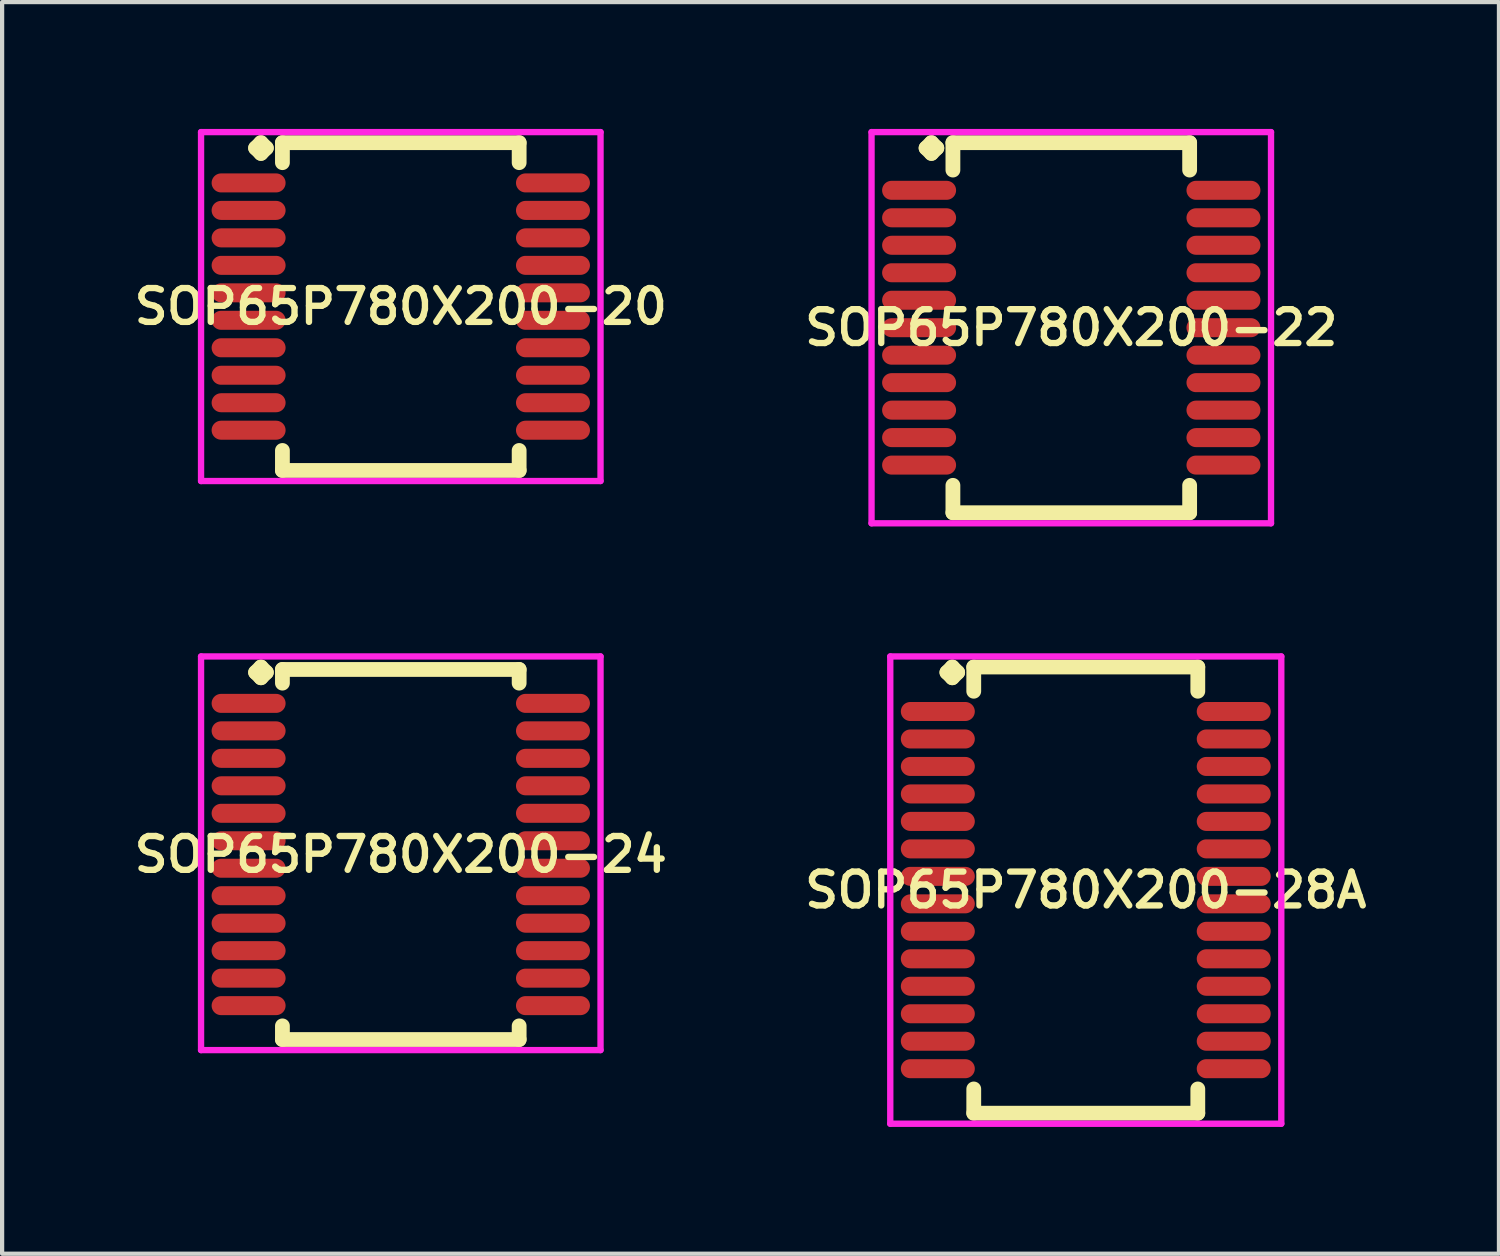
<source format=kicad_pcb>
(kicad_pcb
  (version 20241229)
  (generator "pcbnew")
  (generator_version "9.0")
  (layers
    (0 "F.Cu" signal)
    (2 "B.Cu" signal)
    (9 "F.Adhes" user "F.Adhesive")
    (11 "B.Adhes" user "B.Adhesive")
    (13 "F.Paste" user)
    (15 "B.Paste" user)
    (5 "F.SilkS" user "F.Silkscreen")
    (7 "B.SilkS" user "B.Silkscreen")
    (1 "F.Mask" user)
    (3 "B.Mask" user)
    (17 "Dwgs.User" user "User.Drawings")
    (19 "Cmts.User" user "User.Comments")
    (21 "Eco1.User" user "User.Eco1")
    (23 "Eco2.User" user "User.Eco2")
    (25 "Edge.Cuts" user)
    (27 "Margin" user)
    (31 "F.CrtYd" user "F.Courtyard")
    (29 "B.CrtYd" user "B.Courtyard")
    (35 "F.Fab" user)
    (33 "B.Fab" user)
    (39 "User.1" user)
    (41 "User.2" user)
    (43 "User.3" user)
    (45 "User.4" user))
  (footprint "SOP65P780X200-22"
    (layer "F.Cu")
    (at 22.292 4.702)
    (property "Reference" "SOP65P780X200-22" (at 0 0 0) (layer "F.SilkS") (effects (font (size 0.8 0.8) (thickness 0.15))))
    (attr smd)
    (fp_line (start -3.435 -4.25) (end -3.308 -4.377) (stroke (width 0.35) (type solid)) (layer "F.SilkS"))
    (fp_line (start -3.308 -4.377) (end -3.181 -4.25) (stroke (width 0.35) (type solid)) (layer "F.SilkS"))
    (fp_line (start -3.308 -4.123) (end -3.435 -4.25) (stroke (width 0.35) (type solid)) (layer "F.SilkS"))
    (fp_line (start -3.181 -4.25) (end -3.308 -4.123) (stroke (width 0.35) (type solid)) (layer "F.SilkS"))
    (fp_line (start -2.8 -4.377) (end 2.8 -4.377) (stroke (width 0.35) (type solid)) (layer "F.SilkS"))
    (fp_line (start -2.8 -3.729) (end -2.8 -4.377) (stroke (width 0.35) (type solid)) (layer "F.SilkS"))
    (fp_line (start -2.8 3.729) (end -2.8 4.377) (stroke (width 0.35) (type solid)) (layer "F.SilkS"))
    (fp_line (start -2.8 4.377) (end 2.8 4.377) (stroke (width 0.35) (type solid)) (layer "F.SilkS"))
    (fp_line (start 2.8 -4.377) (end 2.8 -3.729) (stroke (width 0.35) (type solid)) (layer "F.SilkS"))
    (fp_line (start 2.8 4.377) (end 2.8 3.729) (stroke (width 0.35) (type solid)) (layer "F.SilkS"))
    (fp_line (start -4.725 -4.627) (end 4.725 -4.627) (stroke (width 0.15) (type solid)) (layer "F.CrtYd"))
    (fp_line (start -4.725 4.627) (end -4.725 -4.627) (stroke (width 0.15) (type solid)) (layer "F.CrtYd"))
    (fp_line (start 4.725 -4.627) (end 4.725 4.627) (stroke (width 0.15) (type solid)) (layer "F.CrtYd"))
    (fp_line (start 4.725 4.627) (end -4.725 4.627) (stroke (width 0.15) (type solid)) (layer "F.CrtYd"))
    (pad "1" smd oval (at -3.6 -3.25) (size 1.75 0.45) (layers "F.Cu" "F.Mask" "F.Paste"))
    (pad "2" smd oval (at -3.6 -2.6) (size 1.75 0.45) (layers "F.Cu" "F.Mask" "F.Paste"))
    (pad "3" smd oval (at -3.6 -1.95) (size 1.75 0.45) (layers "F.Cu" "F.Mask" "F.Paste"))
    (pad "4" smd oval (at -3.6 -1.3) (size 1.75 0.45) (layers "F.Cu" "F.Mask" "F.Paste"))
    (pad "5" smd oval (at -3.6 -0.65) (size 1.75 0.45) (layers "F.Cu" "F.Mask" "F.Paste"))
    (pad "6" smd oval (at -3.6 0) (size 1.75 0.45) (layers "F.Cu" "F.Mask" "F.Paste"))
    (pad "7" smd oval (at -3.6 0.65) (size 1.75 0.45) (layers "F.Cu" "F.Mask" "F.Paste"))
    (pad "8" smd oval (at -3.6 1.3) (size 1.75 0.45) (layers "F.Cu" "F.Mask" "F.Paste"))
    (pad "9" smd oval (at -3.6 1.95) (size 1.75 0.45) (layers "F.Cu" "F.Mask" "F.Paste"))
    (pad "10" smd oval (at -3.6 2.6) (size 1.75 0.45) (layers "F.Cu" "F.Mask" "F.Paste"))
    (pad "11" smd oval (at -3.6 3.25) (size 1.75 0.45) (layers "F.Cu" "F.Mask" "F.Paste"))
    (pad "12" smd oval (at 3.6 3.25) (size 1.75 0.45) (layers "F.Cu" "F.Mask" "F.Paste"))
    (pad "13" smd oval (at 3.6 2.6) (size 1.75 0.45) (layers "F.Cu" "F.Mask" "F.Paste"))
    (pad "14" smd oval (at 3.6 1.95) (size 1.75 0.45) (layers "F.Cu" "F.Mask" "F.Paste"))
    (pad "15" smd oval (at 3.6 1.3) (size 1.75 0.45) (layers "F.Cu" "F.Mask" "F.Paste"))
    (pad "16" smd oval (at 3.6 0.65) (size 1.75 0.45) (layers "F.Cu" "F.Mask" "F.Paste"))
    (pad "17" smd oval (at 3.6 0) (size 1.75 0.45) (layers "F.Cu" "F.Mask" "F.Paste"))
    (pad "18" smd oval (at 3.6 -0.65) (size 1.75 0.45) (layers "F.Cu" "F.Mask" "F.Paste"))
    (pad "19" smd oval (at 3.6 -1.3) (size 1.75 0.45) (layers "F.Cu" "F.Mask" "F.Paste"))
    (pad "20" smd oval (at 3.6 -1.95) (size 1.75 0.45) (layers "F.Cu" "F.Mask" "F.Paste"))
    (pad "21" smd oval (at 3.6 -2.6) (size 1.75 0.45) (layers "F.Cu" "F.Mask" "F.Paste"))
    (pad "22" smd oval (at 3.6 -3.25) (size 1.75 0.45) (layers "F.Cu" "F.Mask" "F.Paste")))
  (footprint "SOP65P780X200-24"
    (layer "F.Cu")
    (at 6.431 17.164)
    (property "Reference" "SOP65P780X200-24" (at 0 0 0) (layer "F.SilkS") (effects (font (size 0.8 0.8) (thickness 0.15))))
    (attr through_hole)
    (fp_line (start -3.435 -4.308) (end -3.308 -4.435) (stroke (width 0.35) (type solid)) (layer "F.SilkS"))
    (fp_line (start -3.308 -4.435) (end -3.181 -4.308) (stroke (width 0.35) (type solid)) (layer "F.SilkS"))
    (fp_line (start -3.308 -4.181) (end -3.435 -4.308) (stroke (width 0.35) (type solid)) (layer "F.SilkS"))
    (fp_line (start -3.181 -4.308) (end -3.308 -4.181) (stroke (width 0.35) (type solid)) (layer "F.SilkS"))
    (fp_line (start -2.8 -4.377) (end 2.8 -4.377) (stroke (width 0.35) (type solid)) (layer "F.SilkS"))
    (fp_line (start -2.8 -4.054) (end -2.8 -4.377) (stroke (width 0.35) (type solid)) (layer "F.SilkS"))
    (fp_line (start -2.8 4.054) (end -2.8 4.377) (stroke (width 0.35) (type solid)) (layer "F.SilkS"))
    (fp_line (start -2.8 4.377) (end 2.8 4.377) (stroke (width 0.35) (type solid)) (layer "F.SilkS"))
    (fp_line (start 2.8 -4.377) (end 2.8 -4.054) (stroke (width 0.35) (type solid)) (layer "F.SilkS"))
    (fp_line (start 2.8 4.377) (end 2.8 4.054) (stroke (width 0.35) (type solid)) (layer "F.SilkS"))
    (fp_line (start -4.725 -4.685) (end 4.725 -4.685) (stroke (width 0.15) (type solid)) (layer "F.CrtYd"))
    (fp_line (start -4.725 4.627) (end -4.725 -4.685) (stroke (width 0.15) (type solid)) (layer "F.CrtYd"))
    (fp_line (start 4.725 -4.685) (end 4.725 4.627) (stroke (width 0.15) (type solid)) (layer "F.CrtYd"))
    (fp_line (start 4.725 4.627) (end -4.725 4.627) (stroke (width 0.15) (type solid)) (layer "F.CrtYd"))
    (pad "1" smd oval (at -3.6 -3.575) (size 1.75 0.45) (layers "F.Cu" "F.Mask" "F.Paste"))
    (pad "2" smd oval (at -3.6 -2.925) (size 1.75 0.45) (layers "F.Cu" "F.Mask" "F.Paste"))
    (pad "3" smd oval (at -3.6 -2.275) (size 1.75 0.45) (layers "F.Cu" "F.Mask" "F.Paste"))
    (pad "4" smd oval (at -3.6 -1.625) (size 1.75 0.45) (layers "F.Cu" "F.Mask" "F.Paste"))
    (pad "5" smd oval (at -3.6 -0.975) (size 1.75 0.45) (layers "F.Cu" "F.Mask" "F.Paste"))
    (pad "6" smd oval (at -3.6 -0.325) (size 1.75 0.45) (layers "F.Cu" "F.Mask" "F.Paste"))
    (pad "7" smd oval (at -3.6 0.325) (size 1.75 0.45) (layers "F.Cu" "F.Mask" "F.Paste"))
    (pad "8" smd oval (at -3.6 0.975) (size 1.75 0.45) (layers "F.Cu" "F.Mask" "F.Paste"))
    (pad "9" smd oval (at -3.6 1.625) (size 1.75 0.45) (layers "F.Cu" "F.Mask" "F.Paste"))
    (pad "10" smd oval (at -3.6 2.275) (size 1.75 0.45) (layers "F.Cu" "F.Mask" "F.Paste"))
    (pad "11" smd oval (at -3.6 2.925) (size 1.75 0.45) (layers "F.Cu" "F.Mask" "F.Paste"))
    (pad "12" smd oval (at -3.6 3.575) (size 1.75 0.45) (layers "F.Cu" "F.Mask" "F.Paste"))
    (pad "13" smd oval (at 3.6 3.575) (size 1.75 0.45) (layers "F.Cu" "F.Mask" "F.Paste"))
    (pad "14" smd oval (at 3.6 2.925) (size 1.75 0.45) (layers "F.Cu" "F.Mask" "F.Paste"))
    (pad "15" smd oval (at 3.6 2.275) (size 1.75 0.45) (layers "F.Cu" "F.Mask" "F.Paste"))
    (pad "16" smd oval (at 3.6 1.625) (size 1.75 0.45) (layers "F.Cu" "F.Mask" "F.Paste"))
    (pad "17" smd oval (at 3.6 0.975) (size 1.75 0.45) (layers "F.Cu" "F.Mask" "F.Paste"))
    (pad "18" smd oval (at 3.6 0.325) (size 1.75 0.45) (layers "F.Cu" "F.Mask" "F.Paste"))
    (pad "19" smd oval (at 3.6 -0.325) (size 1.75 0.45) (layers "F.Cu" "F.Mask" "F.Paste"))
    (pad "20" smd oval (at 3.6 -0.975) (size 1.75 0.45) (layers "F.Cu" "F.Mask" "F.Paste"))
    (pad "21" smd oval (at 3.6 -1.625) (size 1.75 0.45) (layers "F.Cu" "F.Mask" "F.Paste"))
    (pad "22" smd oval (at 3.6 -2.275) (size 1.75 0.45) (layers "F.Cu" "F.Mask" "F.Paste"))
    (pad "23" smd oval (at 3.6 -2.925) (size 1.75 0.45) (layers "F.Cu" "F.Mask" "F.Paste"))
    (pad "24" smd oval (at 3.6 -3.575) (size 1.75 0.45) (layers "F.Cu" "F.Mask" "F.Paste")))
  (footprint "SOP65P780X200-20"
    (layer "F.Cu")
    (at 6.431 4.202)
    (property "Reference" "SOP65P780X200-20" (at 0 0 0) (layer "F.SilkS") (effects (font (size 0.8 0.8) (thickness 0.15))))
    (attr smd)
    (fp_line (start -3.435 -3.75) (end -3.308 -3.877) (stroke (width 0.35) (type solid)) (layer "F.SilkS"))
    (fp_line (start -3.308 -3.877) (end -3.181 -3.75) (stroke (width 0.35) (type solid)) (layer "F.SilkS"))
    (fp_line (start -3.308 -3.623) (end -3.435 -3.75) (stroke (width 0.35) (type solid)) (layer "F.SilkS"))
    (fp_line (start -3.181 -3.75) (end -3.308 -3.623) (stroke (width 0.35) (type solid)) (layer "F.SilkS"))
    (fp_line (start -2.8 -3.877) (end 2.8 -3.877) (stroke (width 0.35) (type solid)) (layer "F.SilkS"))
    (fp_line (start -2.8 -3.404) (end -2.8 -3.877) (stroke (width 0.35) (type solid)) (layer "F.SilkS"))
    (fp_line (start -2.8 3.404) (end -2.8 3.877) (stroke (width 0.35) (type solid)) (layer "F.SilkS"))
    (fp_line (start -2.8 3.877) (end 2.8 3.877) (stroke (width 0.35) (type solid)) (layer "F.SilkS"))
    (fp_line (start 2.8 -3.877) (end 2.8 -3.404) (stroke (width 0.35) (type solid)) (layer "F.SilkS"))
    (fp_line (start 2.8 3.877) (end 2.8 3.404) (stroke (width 0.35) (type solid)) (layer "F.SilkS"))
    (fp_line (start -4.725 -4.127) (end 4.725 -4.127) (stroke (width 0.15) (type solid)) (layer "F.CrtYd"))
    (fp_line (start -4.725 4.127) (end -4.725 -4.127) (stroke (width 0.15) (type solid)) (layer "F.CrtYd"))
    (fp_line (start 4.725 -4.127) (end 4.725 4.127) (stroke (width 0.15) (type solid)) (layer "F.CrtYd"))
    (fp_line (start 4.725 4.127) (end -4.725 4.127) (stroke (width 0.15) (type solid)) (layer "F.CrtYd"))
    (pad "1" smd oval (at -3.6 -2.925) (size 1.75 0.45) (layers "F.Cu" "F.Mask" "F.Paste"))
    (pad "2" smd oval (at -3.6 -2.275) (size 1.75 0.45) (layers "F.Cu" "F.Mask" "F.Paste"))
    (pad "3" smd oval (at -3.6 -1.625) (size 1.75 0.45) (layers "F.Cu" "F.Mask" "F.Paste"))
    (pad "4" smd oval (at -3.6 -0.975) (size 1.75 0.45) (layers "F.Cu" "F.Mask" "F.Paste"))
    (pad "5" smd oval (at -3.6 -0.325) (size 1.75 0.45) (layers "F.Cu" "F.Mask" "F.Paste"))
    (pad "6" smd oval (at -3.6 0.325) (size 1.75 0.45) (layers "F.Cu" "F.Mask" "F.Paste"))
    (pad "7" smd oval (at -3.6 0.975) (size 1.75 0.45) (layers "F.Cu" "F.Mask" "F.Paste"))
    (pad "8" smd oval (at -3.6 1.625) (size 1.75 0.45) (layers "F.Cu" "F.Mask" "F.Paste"))
    (pad "9" smd oval (at -3.6 2.275) (size 1.75 0.45) (layers "F.Cu" "F.Mask" "F.Paste"))
    (pad "10" smd oval (at -3.6 2.925) (size 1.75 0.45) (layers "F.Cu" "F.Mask" "F.Paste"))
    (pad "11" smd oval (at 3.6 2.925) (size 1.75 0.45) (layers "F.Cu" "F.Mask" "F.Paste"))
    (pad "12" smd oval (at 3.6 2.275) (size 1.75 0.45) (layers "F.Cu" "F.Mask" "F.Paste"))
    (pad "13" smd oval (at 3.6 1.625) (size 1.75 0.45) (layers "F.Cu" "F.Mask" "F.Paste"))
    (pad "14" smd oval (at 3.6 0.975) (size 1.75 0.45) (layers "F.Cu" "F.Mask" "F.Paste"))
    (pad "15" smd oval (at 3.6 0.325) (size 1.75 0.45) (layers "F.Cu" "F.Mask" "F.Paste"))
    (pad "16" smd oval (at 3.6 -0.325) (size 1.75 0.45) (layers "F.Cu" "F.Mask" "F.Paste"))
    (pad "17" smd oval (at 3.6 -0.975) (size 1.75 0.45) (layers "F.Cu" "F.Mask" "F.Paste"))
    (pad "18" smd oval (at 3.6 -1.625) (size 1.75 0.45) (layers "F.Cu" "F.Mask" "F.Paste"))
    (pad "19" smd oval (at 3.6 -2.275) (size 1.75 0.45) (layers "F.Cu" "F.Mask" "F.Paste"))
    (pad "20" smd oval (at 3.6 -2.925) (size 1.75 0.45) (layers "F.Cu" "F.Mask" "F.Paste")))
  (footprint "SOP65P780X200-28A"
    (layer "F.Cu")
    (at 22.635 18.006)
    (property "Reference" "SOP65P780X200-28A" (at 0 0 0) (layer "F.SilkS") (effects (font (size 0.8 0.8) (thickness 0.15))))
    (attr smd)
    (fp_line (start -3.285 -5.15) (end -3.158 -5.277) (stroke (width 0.35) (type solid)) (layer "F.SilkS"))
    (fp_line (start -3.158 -5.277) (end -3.031 -5.15) (stroke (width 0.35) (type solid)) (layer "F.SilkS"))
    (fp_line (start -3.158 -5.023) (end -3.285 -5.15) (stroke (width 0.35) (type solid)) (layer "F.SilkS"))
    (fp_line (start -3.031 -5.15) (end -3.158 -5.023) (stroke (width 0.35) (type solid)) (layer "F.SilkS"))
    (fp_line (start -2.65 -5.277) (end 2.65 -5.277) (stroke (width 0.35) (type solid)) (layer "F.SilkS"))
    (fp_line (start -2.65 -4.704) (end -2.65 -5.277) (stroke (width 0.35) (type solid)) (layer "F.SilkS"))
    (fp_line (start -2.65 4.704) (end -2.65 5.277) (stroke (width 0.35) (type solid)) (layer "F.SilkS"))
    (fp_line (start -2.65 5.277) (end 2.65 5.277) (stroke (width 0.35) (type solid)) (layer "F.SilkS"))
    (fp_line (start 2.65 -5.277) (end 2.65 -4.704) (stroke (width 0.35) (type solid)) (layer "F.SilkS"))
    (fp_line (start 2.65 5.277) (end 2.65 4.704) (stroke (width 0.35) (type solid)) (layer "F.SilkS"))
    (fp_line (start -4.625 -5.527) (end 4.625 -5.527) (stroke (width 0.15) (type solid)) (layer "F.CrtYd"))
    (fp_line (start -4.625 5.527) (end -4.625 -5.527) (stroke (width 0.15) (type solid)) (layer "F.CrtYd"))
    (fp_line (start 4.625 -5.527) (end 4.625 5.527) (stroke (width 0.15) (type solid)) (layer "F.CrtYd"))
    (fp_line (start 4.625 5.527) (end -4.625 5.527) (stroke (width 0.15) (type solid)) (layer "F.CrtYd"))
    (pad "1" smd oval (at -3.5 -4.225) (size 1.75 0.45) (layers "F.Cu" "F.Mask" "F.Paste"))
    (pad "2" smd oval (at -3.5 -3.575) (size 1.75 0.45) (layers "F.Cu" "F.Mask" "F.Paste"))
    (pad "3" smd oval (at -3.5 -2.925) (size 1.75 0.45) (layers "F.Cu" "F.Mask" "F.Paste"))
    (pad "4" smd oval (at -3.5 -2.275) (size 1.75 0.45) (layers "F.Cu" "F.Mask" "F.Paste"))
    (pad "5" smd oval (at -3.5 -1.625) (size 1.75 0.45) (layers "F.Cu" "F.Mask" "F.Paste"))
    (pad "6" smd oval (at -3.5 -0.975) (size 1.75 0.45) (layers "F.Cu" "F.Mask" "F.Paste"))
    (pad "7" smd oval (at -3.5 -0.325) (size 1.75 0.45) (layers "F.Cu" "F.Mask" "F.Paste"))
    (pad "8" smd oval (at -3.5 0.325) (size 1.75 0.45) (layers "F.Cu" "F.Mask" "F.Paste"))
    (pad "9" smd oval (at -3.5 0.975) (size 1.75 0.45) (layers "F.Cu" "F.Mask" "F.Paste"))
    (pad "10" smd oval (at -3.5 1.625) (size 1.75 0.45) (layers "F.Cu" "F.Mask" "F.Paste"))
    (pad "11" smd oval (at -3.5 2.275) (size 1.75 0.45) (layers "F.Cu" "F.Mask" "F.Paste"))
    (pad "12" smd oval (at -3.5 2.925) (size 1.75 0.45) (layers "F.Cu" "F.Mask" "F.Paste"))
    (pad "13" smd oval (at -3.5 3.575) (size 1.75 0.45) (layers "F.Cu" "F.Mask" "F.Paste"))
    (pad "14" smd oval (at -3.5 4.225) (size 1.75 0.45) (layers "F.Cu" "F.Mask" "F.Paste"))
    (pad "15" smd oval (at 3.5 4.225) (size 1.75 0.45) (layers "F.Cu" "F.Mask" "F.Paste"))
    (pad "16" smd oval (at 3.5 3.575) (size 1.75 0.45) (layers "F.Cu" "F.Mask" "F.Paste"))
    (pad "17" smd oval (at 3.5 2.925) (size 1.75 0.45) (layers "F.Cu" "F.Mask" "F.Paste"))
    (pad "18" smd oval (at 3.5 2.275) (size 1.75 0.45) (layers "F.Cu" "F.Mask" "F.Paste"))
    (pad "19" smd oval (at 3.5 1.625) (size 1.75 0.45) (layers "F.Cu" "F.Mask" "F.Paste"))
    (pad "20" smd oval (at 3.5 0.975) (size 1.75 0.45) (layers "F.Cu" "F.Mask" "F.Paste"))
    (pad "21" smd oval (at 3.5 0.325) (size 1.75 0.45) (layers "F.Cu" "F.Mask" "F.Paste"))
    (pad "22" smd oval (at 3.5 -0.325) (size 1.75 0.45) (layers "F.Cu" "F.Mask" "F.Paste"))
    (pad "23" smd oval (at 3.5 -0.975) (size 1.75 0.45) (layers "F.Cu" "F.Mask" "F.Paste"))
    (pad "24" smd oval (at 3.5 -1.625) (size 1.75 0.45) (layers "F.Cu" "F.Mask" "F.Paste"))
    (pad "25" smd oval (at 3.5 -2.275) (size 1.75 0.45) (layers "F.Cu" "F.Mask" "F.Paste"))
    (pad "26" smd oval (at 3.5 -2.925) (size 1.75 0.45) (layers "F.Cu" "F.Mask" "F.Paste"))
    (pad "27" smd oval (at 3.5 -3.575) (size 1.75 0.45) (layers "F.Cu" "F.Mask" "F.Paste"))
    (pad "28" smd oval (at 3.5 -4.225) (size 1.75 0.45) (layers "F.Cu" "F.Mask" "F.Paste")))
  (gr_rect
    (start -3 -3)
    (end 32.409 26.608)
    (stroke (width 0.1) (type default))
    (fill no)
    (layer "Edge.Cuts")))
</source>
